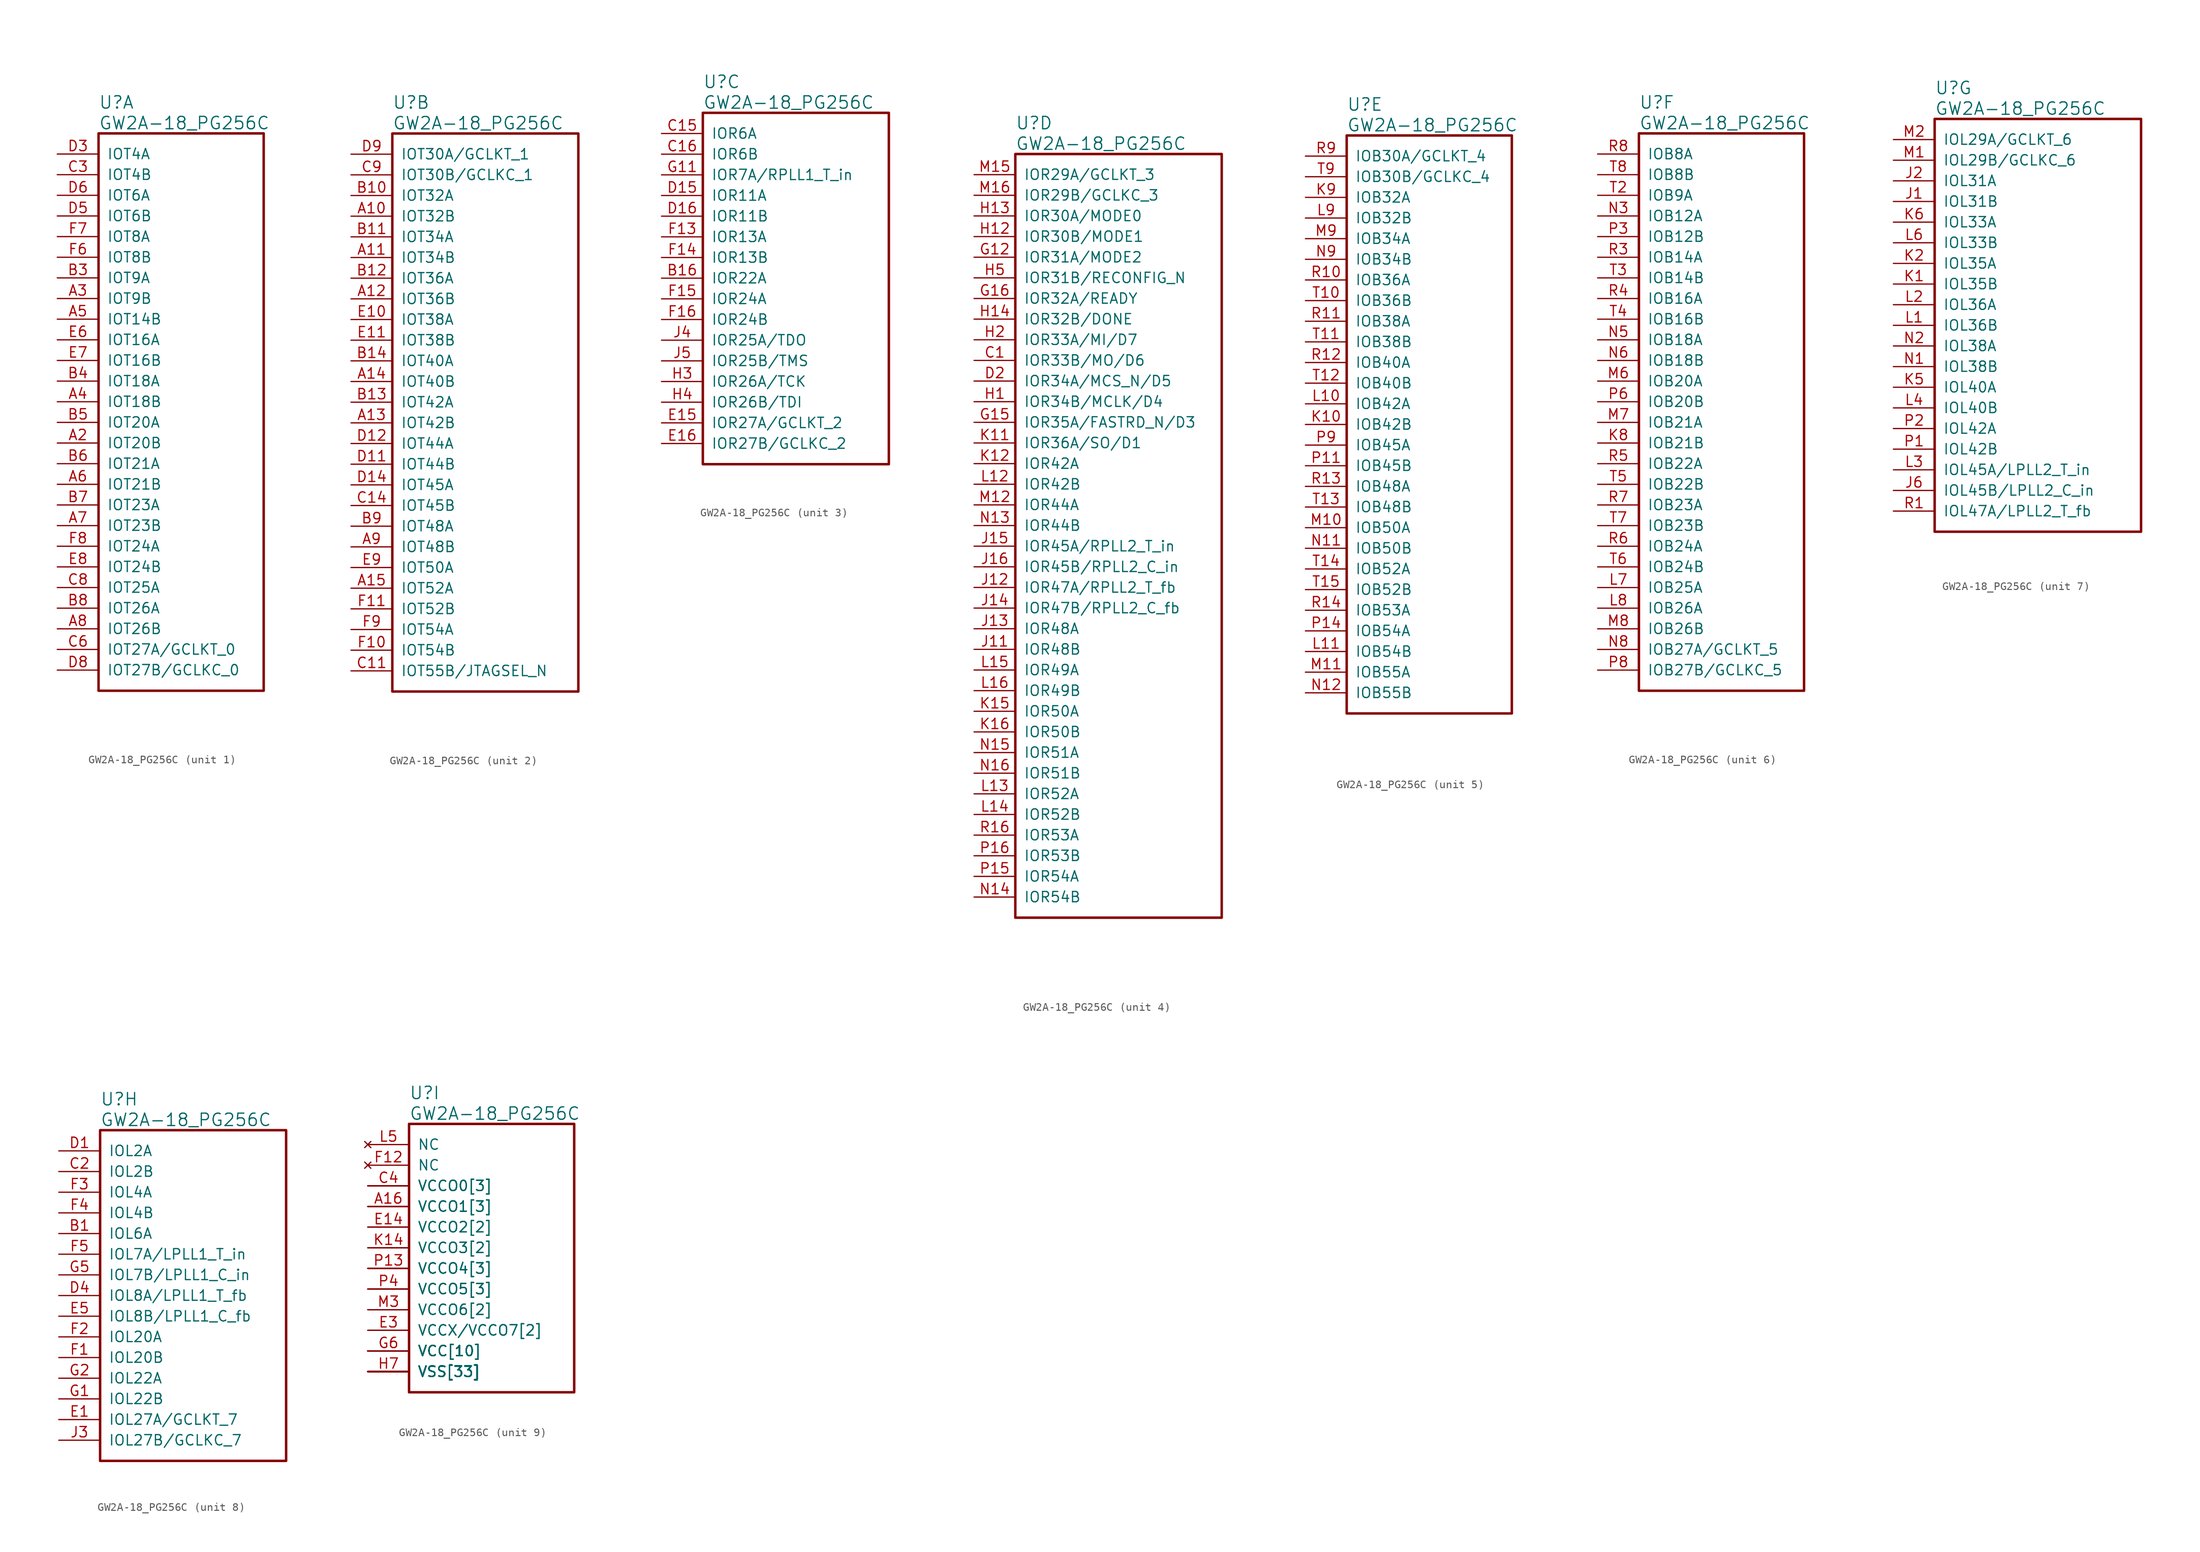
<source format=kicad_sym>
(kicad_symbol_lib
  (version 20220914)
  (generator kicad_symbol_editor)
  (symbol "GW2A-18_PG256C"
    (pin_names
      (offset 1.016))
    (property "Reference" "U"
      (at 5.08 6.35 0)
      (effects (font (size 1.524 1.524)) (justify left)))
    (property "Value" "GW2A-18_PG256C"
      (at 5.08 3.81 0)
      (effects (font (size 1.524 1.524)) (justify left)))
    (property "ki_locked" ""
      (at 0 0 0)
      (effects (font (size 1.27 1.27))))
    (symbol "GW2A-18_PG256C_1_1"
      (rectangle (start 5.08 2.54) (end 25.4 -66.04) (stroke (width 0.305) (type solid)) (fill (type none)))
      (pin bidirectional line (at 0 -35.56 0) (length 5.08) (name "IOT20B" (effects (font (size 1.27 1.27)))) (number "A2" (effects (font (size 1.27 1.27)))))
      (pin bidirectional line (at 0 -17.78 0) (length 5.08) (name "IOT9B" (effects (font (size 1.27 1.27)))) (number "A3" (effects (font (size 1.27 1.27)))))
      (pin bidirectional line (at 0 -30.48 0) (length 5.08) (name "IOT18B" (effects (font (size 1.27 1.27)))) (number "A4" (effects (font (size 1.27 1.27)))))
      (pin bidirectional line (at 0 -20.32 0) (length 5.08) (name "IOT14B" (effects (font (size 1.27 1.27)))) (number "A5" (effects (font (size 1.27 1.27)))))
      (pin bidirectional line (at 0 -40.64 0) (length 5.08) (name "IOT21B" (effects (font (size 1.27 1.27)))) (number "A6" (effects (font (size 1.27 1.27)))))
      (pin bidirectional line (at 0 -45.72 0) (length 5.08) (name "IOT23B" (effects (font (size 1.27 1.27)))) (number "A7" (effects (font (size 1.27 1.27)))))
      (pin bidirectional line (at 0 -58.42 0) (length 5.08) (name "IOT26B" (effects (font (size 1.27 1.27)))) (number "A8" (effects (font (size 1.27 1.27)))))
      (pin bidirectional line (at 0 -15.24 0) (length 5.08) (name "IOT9A" (effects (font (size 1.27 1.27)))) (number "B3" (effects (font (size 1.27 1.27)))))
      (pin bidirectional line (at 0 -27.94 0) (length 5.08) (name "IOT18A" (effects (font (size 1.27 1.27)))) (number "B4" (effects (font (size 1.27 1.27)))))
      (pin bidirectional line (at 0 -33.02 0) (length 5.08) (name "IOT20A" (effects (font (size 1.27 1.27)))) (number "B5" (effects (font (size 1.27 1.27)))))
      (pin bidirectional line (at 0 -38.1 0) (length 5.08) (name "IOT21A" (effects (font (size 1.27 1.27)))) (number "B6" (effects (font (size 1.27 1.27)))))
      (pin bidirectional line (at 0 -43.18 0) (length 5.08) (name "IOT23A" (effects (font (size 1.27 1.27)))) (number "B7" (effects (font (size 1.27 1.27)))))
      (pin bidirectional line (at 0 -55.88 0) (length 5.08) (name "IOT26A" (effects (font (size 1.27 1.27)))) (number "B8" (effects (font (size 1.27 1.27)))))
      (pin bidirectional line (at 0 -2.54 0) (length 5.08) (name "IOT4B" (effects (font (size 1.27 1.27)))) (number "C3" (effects (font (size 1.27 1.27)))))
      (pin bidirectional line (at 0 -60.96 0) (length 5.08) (name "IOT27A/GCLKT_0" (effects (font (size 1.27 1.27)))) (number "C6" (effects (font (size 1.27 1.27)))))
      (pin bidirectional line (at 0 -53.34 0) (length 5.08) (name "IOT25A" (effects (font (size 1.27 1.27)))) (number "C8" (effects (font (size 1.27 1.27)))))
      (pin bidirectional line (at 0 0 0) (length 5.08) (name "IOT4A" (effects (font (size 1.27 1.27)))) (number "D3" (effects (font (size 1.27 1.27)))))
      (pin bidirectional line (at 0 -7.62 0) (length 5.08) (name "IOT6B" (effects (font (size 1.27 1.27)))) (number "D5" (effects (font (size 1.27 1.27)))))
      (pin bidirectional line (at 0 -5.08 0) (length 5.08) (name "IOT6A" (effects (font (size 1.27 1.27)))) (number "D6" (effects (font (size 1.27 1.27)))))
      (pin bidirectional line (at 0 -63.5 0) (length 5.08) (name "IOT27B/GCLKC_0" (effects (font (size 1.27 1.27)))) (number "D8" (effects (font (size 1.27 1.27)))))
      (pin bidirectional line (at 0 -22.86 0) (length 5.08) (name "IOT16A" (effects (font (size 1.27 1.27)))) (number "E6" (effects (font (size 1.27 1.27)))))
      (pin bidirectional line (at 0 -25.4 0) (length 5.08) (name "IOT16B" (effects (font (size 1.27 1.27)))) (number "E7" (effects (font (size 1.27 1.27)))))
      (pin bidirectional line (at 0 -50.8 0) (length 5.08) (name "IOT24B" (effects (font (size 1.27 1.27)))) (number "E8" (effects (font (size 1.27 1.27)))))
      (pin bidirectional line (at 0 -12.7 0) (length 5.08) (name "IOT8B" (effects (font (size 1.27 1.27)))) (number "F6" (effects (font (size 1.27 1.27)))))
      (pin bidirectional line (at 0 -10.16 0) (length 5.08) (name "IOT8A" (effects (font (size 1.27 1.27)))) (number "F7" (effects (font (size 1.27 1.27)))))
      (pin bidirectional line (at 0 -48.26 0) (length 5.08) (name "IOT24A" (effects (font (size 1.27 1.27)))) (number "F8" (effects (font (size 1.27 1.27))))))
    (symbol "GW2A-18_PG256C_2_1"
      (rectangle (start 5.08 2.54) (end 27.94 -66.04) (stroke (width 0.305) (type solid)) (fill (type none)))
      (pin bidirectional line (at 0 -7.62 0) (length 5.08) (name "IOT32B" (effects (font (size 1.27 1.27)))) (number "A10" (effects (font (size 1.27 1.27)))))
      (pin bidirectional line (at 0 -12.7 0) (length 5.08) (name "IOT34B" (effects (font (size 1.27 1.27)))) (number "A11" (effects (font (size 1.27 1.27)))))
      (pin bidirectional line (at 0 -17.78 0) (length 5.08) (name "IOT36B" (effects (font (size 1.27 1.27)))) (number "A12" (effects (font (size 1.27 1.27)))))
      (pin bidirectional line (at 0 -33.02 0) (length 5.08) (name "IOT42B" (effects (font (size 1.27 1.27)))) (number "A13" (effects (font (size 1.27 1.27)))))
      (pin bidirectional line (at 0 -27.94 0) (length 5.08) (name "IOT40B" (effects (font (size 1.27 1.27)))) (number "A14" (effects (font (size 1.27 1.27)))))
      (pin bidirectional line (at 0 -53.34 0) (length 5.08) (name "IOT52A" (effects (font (size 1.27 1.27)))) (number "A15" (effects (font (size 1.27 1.27)))))
      (pin bidirectional line (at 0 -48.26 0) (length 5.08) (name "IOT48B" (effects (font (size 1.27 1.27)))) (number "A9" (effects (font (size 1.27 1.27)))))
      (pin bidirectional line (at 0 -5.08 0) (length 5.08) (name "IOT32A" (effects (font (size 1.27 1.27)))) (number "B10" (effects (font (size 1.27 1.27)))))
      (pin bidirectional line (at 0 -10.16 0) (length 5.08) (name "IOT34A" (effects (font (size 1.27 1.27)))) (number "B11" (effects (font (size 1.27 1.27)))))
      (pin bidirectional line (at 0 -15.24 0) (length 5.08) (name "IOT36A" (effects (font (size 1.27 1.27)))) (number "B12" (effects (font (size 1.27 1.27)))))
      (pin bidirectional line (at 0 -30.48 0) (length 5.08) (name "IOT42A" (effects (font (size 1.27 1.27)))) (number "B13" (effects (font (size 1.27 1.27)))))
      (pin bidirectional line (at 0 -25.4 0) (length 5.08) (name "IOT40A" (effects (font (size 1.27 1.27)))) (number "B14" (effects (font (size 1.27 1.27)))))
      (pin bidirectional line (at 0 -45.72 0) (length 5.08) (name "IOT48A" (effects (font (size 1.27 1.27)))) (number "B9" (effects (font (size 1.27 1.27)))))
      (pin bidirectional line (at 0 -63.5 0) (length 5.08) (name "IOT55B/JTAGSEL_N" (effects (font (size 1.27 1.27)))) (number "C11" (effects (font (size 1.27 1.27)))))
      (pin bidirectional line (at 0 -43.18 0) (length 5.08) (name "IOT45B" (effects (font (size 1.27 1.27)))) (number "C14" (effects (font (size 1.27 1.27)))))
      (pin bidirectional line (at 0 -2.54 0) (length 5.08) (name "IOT30B/GCLKC_1" (effects (font (size 1.27 1.27)))) (number "C9" (effects (font (size 1.27 1.27)))))
      (pin bidirectional line (at 0 -38.1 0) (length 5.08) (name "IOT44B" (effects (font (size 1.27 1.27)))) (number "D11" (effects (font (size 1.27 1.27)))))
      (pin bidirectional line (at 0 -35.56 0) (length 5.08) (name "IOT44A" (effects (font (size 1.27 1.27)))) (number "D12" (effects (font (size 1.27 1.27)))))
      (pin bidirectional line (at 0 -40.64 0) (length 5.08) (name "IOT45A" (effects (font (size 1.27 1.27)))) (number "D14" (effects (font (size 1.27 1.27)))))
      (pin bidirectional line (at 0 0 0) (length 5.08) (name "IOT30A/GCLKT_1" (effects (font (size 1.27 1.27)))) (number "D9" (effects (font (size 1.27 1.27)))))
      (pin bidirectional line (at 0 -20.32 0) (length 5.08) (name "IOT38A" (effects (font (size 1.27 1.27)))) (number "E10" (effects (font (size 1.27 1.27)))))
      (pin bidirectional line (at 0 -22.86 0) (length 5.08) (name "IOT38B" (effects (font (size 1.27 1.27)))) (number "E11" (effects (font (size 1.27 1.27)))))
      (pin bidirectional line (at 0 -50.8 0) (length 5.08) (name "IOT50A" (effects (font (size 1.27 1.27)))) (number "E9" (effects (font (size 1.27 1.27)))))
      (pin bidirectional line (at 0 -60.96 0) (length 5.08) (name "IOT54B" (effects (font (size 1.27 1.27)))) (number "F10" (effects (font (size 1.27 1.27)))))
      (pin bidirectional line (at 0 -55.88 0) (length 5.08) (name "IOT52B" (effects (font (size 1.27 1.27)))) (number "F11" (effects (font (size 1.27 1.27)))))
      (pin bidirectional line (at 0 -58.42 0) (length 5.08) (name "IOT54A" (effects (font (size 1.27 1.27)))) (number "F9" (effects (font (size 1.27 1.27))))))
    (symbol "GW2A-18_PG256C_3_1"
      (rectangle (start 5.08 2.54) (end 27.94 -40.64) (stroke (width 0.305) (type solid)) (fill (type none)))
      (pin bidirectional line (at 0 -17.78 0) (length 5.08) (name "IOR22A" (effects (font (size 1.27 1.27)))) (number "B16" (effects (font (size 1.27 1.27)))))
      (pin bidirectional line (at 0 0 0) (length 5.08) (name "IOR6A" (effects (font (size 1.27 1.27)))) (number "C15" (effects (font (size 1.27 1.27)))))
      (pin bidirectional line (at 0 -2.54 0) (length 5.08) (name "IOR6B" (effects (font (size 1.27 1.27)))) (number "C16" (effects (font (size 1.27 1.27)))))
      (pin bidirectional line (at 0 -7.62 0) (length 5.08) (name "IOR11A" (effects (font (size 1.27 1.27)))) (number "D15" (effects (font (size 1.27 1.27)))))
      (pin bidirectional line (at 0 -10.16 0) (length 5.08) (name "IOR11B" (effects (font (size 1.27 1.27)))) (number "D16" (effects (font (size 1.27 1.27)))))
      (pin bidirectional line (at 0 -35.56 0) (length 5.08) (name "IOR27A/GCLKT_2" (effects (font (size 1.27 1.27)))) (number "E15" (effects (font (size 1.27 1.27)))))
      (pin bidirectional line (at 0 -38.1 0) (length 5.08) (name "IOR27B/GCLKC_2" (effects (font (size 1.27 1.27)))) (number "E16" (effects (font (size 1.27 1.27)))))
      (pin bidirectional line (at 0 -12.7 0) (length 5.08) (name "IOR13A" (effects (font (size 1.27 1.27)))) (number "F13" (effects (font (size 1.27 1.27)))))
      (pin bidirectional line (at 0 -15.24 0) (length 5.08) (name "IOR13B" (effects (font (size 1.27 1.27)))) (number "F14" (effects (font (size 1.27 1.27)))))
      (pin bidirectional line (at 0 -20.32 0) (length 5.08) (name "IOR24A" (effects (font (size 1.27 1.27)))) (number "F15" (effects (font (size 1.27 1.27)))))
      (pin bidirectional line (at 0 -22.86 0) (length 5.08) (name "IOR24B" (effects (font (size 1.27 1.27)))) (number "F16" (effects (font (size 1.27 1.27)))))
      (pin bidirectional line (at 0 -5.08 0) (length 5.08) (name "IOR7A/RPLL1_T_in" (effects (font (size 1.27 1.27)))) (number "G11" (effects (font (size 1.27 1.27)))))
      (pin bidirectional line (at 0 -30.48 0) (length 5.08) (name "IOR26A/TCK" (effects (font (size 1.27 1.27)))) (number "H3" (effects (font (size 1.27 1.27)))))
      (pin bidirectional line (at 0 -33.02 0) (length 5.08) (name "IOR26B/TDI" (effects (font (size 1.27 1.27)))) (number "H4" (effects (font (size 1.27 1.27)))))
      (pin bidirectional line (at 0 -25.4 0) (length 5.08) (name "IOR25A/TDO" (effects (font (size 1.27 1.27)))) (number "J4" (effects (font (size 1.27 1.27)))))
      (pin bidirectional line (at 0 -27.94 0) (length 5.08) (name "IOR25B/TMS" (effects (font (size 1.27 1.27)))) (number "J5" (effects (font (size 1.27 1.27))))))
    (symbol "GW2A-18_PG256C_4_1"
      (rectangle (start 5.08 2.54) (end 30.48 -91.44) (stroke (width 0.305) (type solid)) (fill (type none)))
      (pin bidirectional line (at 0 -22.86 0) (length 5.08) (name "IOR33B/MO/D6" (effects (font (size 1.27 1.27)))) (number "C1" (effects (font (size 1.27 1.27)))))
      (pin bidirectional line (at 0 -25.4 0) (length 5.08) (name "IOR34A/MCS_N/D5" (effects (font (size 1.27 1.27)))) (number "D2" (effects (font (size 1.27 1.27)))))
      (pin bidirectional line (at 0 -10.16 0) (length 5.08) (name "IOR31A/MODE2" (effects (font (size 1.27 1.27)))) (number "G12" (effects (font (size 1.27 1.27)))))
      (pin bidirectional line (at 0 -30.48 0) (length 5.08) (name "IOR35A/FASTRD_N/D3" (effects (font (size 1.27 1.27)))) (number "G15" (effects (font (size 1.27 1.27)))))
      (pin bidirectional line (at 0 -15.24 0) (length 5.08) (name "IOR32A/READY" (effects (font (size 1.27 1.27)))) (number "G16" (effects (font (size 1.27 1.27)))))
      (pin bidirectional line (at 0 -27.94 0) (length 5.08) (name "IOR34B/MCLK/D4" (effects (font (size 1.27 1.27)))) (number "H1" (effects (font (size 1.27 1.27)))))
      (pin bidirectional line (at 0 -7.62 0) (length 5.08) (name "IOR30B/MODE1" (effects (font (size 1.27 1.27)))) (number "H12" (effects (font (size 1.27 1.27)))))
      (pin bidirectional line (at 0 -5.08 0) (length 5.08) (name "IOR30A/MODE0" (effects (font (size 1.27 1.27)))) (number "H13" (effects (font (size 1.27 1.27)))))
      (pin bidirectional line (at 0 -17.78 0) (length 5.08) (name "IOR32B/DONE" (effects (font (size 1.27 1.27)))) (number "H14" (effects (font (size 1.27 1.27)))))
      (pin bidirectional line (at 0 -20.32 0) (length 5.08) (name "IOR33A/MI/D7" (effects (font (size 1.27 1.27)))) (number "H2" (effects (font (size 1.27 1.27)))))
      (pin bidirectional line (at 0 -12.7 0) (length 5.08) (name "IOR31B/RECONFIG_N" (effects (font (size 1.27 1.27)))) (number "H5" (effects (font (size 1.27 1.27)))))
      (pin bidirectional line (at 0 -58.42 0) (length 5.08) (name "IOR48B" (effects (font (size 1.27 1.27)))) (number "J11" (effects (font (size 1.27 1.27)))))
      (pin bidirectional line (at 0 -50.8 0) (length 5.08) (name "IOR47A/RPLL2_T_fb" (effects (font (size 1.27 1.27)))) (number "J12" (effects (font (size 1.27 1.27)))))
      (pin bidirectional line (at 0 -55.88 0) (length 5.08) (name "IOR48A" (effects (font (size 1.27 1.27)))) (number "J13" (effects (font (size 1.27 1.27)))))
      (pin bidirectional line (at 0 -53.34 0) (length 5.08) (name "IOR47B/RPLL2_C_fb" (effects (font (size 1.27 1.27)))) (number "J14" (effects (font (size 1.27 1.27)))))
      (pin bidirectional line (at 0 -45.72 0) (length 5.08) (name "IOR45A/RPLL2_T_in" (effects (font (size 1.27 1.27)))) (number "J15" (effects (font (size 1.27 1.27)))))
      (pin bidirectional line (at 0 -48.26 0) (length 5.08) (name "IOR45B/RPLL2_C_in" (effects (font (size 1.27 1.27)))) (number "J16" (effects (font (size 1.27 1.27)))))
      (pin bidirectional line (at 0 -33.02 0) (length 5.08) (name "IOR36A/SO/D1" (effects (font (size 1.27 1.27)))) (number "K11" (effects (font (size 1.27 1.27)))))
      (pin bidirectional line (at 0 -35.56 0) (length 5.08) (name "IOR42A" (effects (font (size 1.27 1.27)))) (number "K12" (effects (font (size 1.27 1.27)))))
      (pin bidirectional line (at 0 -66.04 0) (length 5.08) (name "IOR50A" (effects (font (size 1.27 1.27)))) (number "K15" (effects (font (size 1.27 1.27)))))
      (pin bidirectional line (at 0 -68.58 0) (length 5.08) (name "IOR50B" (effects (font (size 1.27 1.27)))) (number "K16" (effects (font (size 1.27 1.27)))))
      (pin bidirectional line (at 0 -38.1 0) (length 5.08) (name "IOR42B" (effects (font (size 1.27 1.27)))) (number "L12" (effects (font (size 1.27 1.27)))))
      (pin bidirectional line (at 0 -76.2 0) (length 5.08) (name "IOR52A" (effects (font (size 1.27 1.27)))) (number "L13" (effects (font (size 1.27 1.27)))))
      (pin bidirectional line (at 0 -78.74 0) (length 5.08) (name "IOR52B" (effects (font (size 1.27 1.27)))) (number "L14" (effects (font (size 1.27 1.27)))))
      (pin bidirectional line (at 0 -60.96 0) (length 5.08) (name "IOR49A" (effects (font (size 1.27 1.27)))) (number "L15" (effects (font (size 1.27 1.27)))))
      (pin bidirectional line (at 0 -63.5 0) (length 5.08) (name "IOR49B" (effects (font (size 1.27 1.27)))) (number "L16" (effects (font (size 1.27 1.27)))))
      (pin bidirectional line (at 0 -40.64 0) (length 5.08) (name "IOR44A" (effects (font (size 1.27 1.27)))) (number "M12" (effects (font (size 1.27 1.27)))))
      (pin bidirectional line (at 0 0 0) (length 5.08) (name "IOR29A/GCLKT_3" (effects (font (size 1.27 1.27)))) (number "M15" (effects (font (size 1.27 1.27)))))
      (pin bidirectional line (at 0 -2.54 0) (length 5.08) (name "IOR29B/GCLKC_3" (effects (font (size 1.27 1.27)))) (number "M16" (effects (font (size 1.27 1.27)))))
      (pin bidirectional line (at 0 -43.18 0) (length 5.08) (name "IOR44B" (effects (font (size 1.27 1.27)))) (number "N13" (effects (font (size 1.27 1.27)))))
      (pin bidirectional line (at 0 -88.9 0) (length 5.08) (name "IOR54B" (effects (font (size 1.27 1.27)))) (number "N14" (effects (font (size 1.27 1.27)))))
      (pin bidirectional line (at 0 -71.12 0) (length 5.08) (name "IOR51A" (effects (font (size 1.27 1.27)))) (number "N15" (effects (font (size 1.27 1.27)))))
      (pin bidirectional line (at 0 -73.66 0) (length 5.08) (name "IOR51B" (effects (font (size 1.27 1.27)))) (number "N16" (effects (font (size 1.27 1.27)))))
      (pin bidirectional line (at 0 -86.36 0) (length 5.08) (name "IOR54A" (effects (font (size 1.27 1.27)))) (number "P15" (effects (font (size 1.27 1.27)))))
      (pin bidirectional line (at 0 -83.82 0) (length 5.08) (name "IOR53B" (effects (font (size 1.27 1.27)))) (number "P16" (effects (font (size 1.27 1.27)))))
      (pin bidirectional line (at 0 -81.28 0) (length 5.08) (name "IOR53A" (effects (font (size 1.27 1.27)))) (number "R16" (effects (font (size 1.27 1.27))))))
    (symbol "GW2A-18_PG256C_5_1"
      (rectangle (start 5.08 2.54) (end 25.4 -68.58) (stroke (width 0.305) (type solid)) (fill (type none)))
      (pin bidirectional line (at 0 -33.02 0) (length 5.08) (name "IOB42B" (effects (font (size 1.27 1.27)))) (number "K10" (effects (font (size 1.27 1.27)))))
      (pin bidirectional line (at 0 -5.08 0) (length 5.08) (name "IOB32A" (effects (font (size 1.27 1.27)))) (number "K9" (effects (font (size 1.27 1.27)))))
      (pin bidirectional line (at 0 -30.48 0) (length 5.08) (name "IOB42A" (effects (font (size 1.27 1.27)))) (number "L10" (effects (font (size 1.27 1.27)))))
      (pin bidirectional line (at 0 -60.96 0) (length 5.08) (name "IOB54B" (effects (font (size 1.27 1.27)))) (number "L11" (effects (font (size 1.27 1.27)))))
      (pin bidirectional line (at 0 -7.62 0) (length 5.08) (name "IOB32B" (effects (font (size 1.27 1.27)))) (number "L9" (effects (font (size 1.27 1.27)))))
      (pin bidirectional line (at 0 -45.72 0) (length 5.08) (name "IOB50A" (effects (font (size 1.27 1.27)))) (number "M10" (effects (font (size 1.27 1.27)))))
      (pin bidirectional line (at 0 -63.5 0) (length 5.08) (name "IOB55A" (effects (font (size 1.27 1.27)))) (number "M11" (effects (font (size 1.27 1.27)))))
      (pin bidirectional line (at 0 -10.16 0) (length 5.08) (name "IOB34A" (effects (font (size 1.27 1.27)))) (number "M9" (effects (font (size 1.27 1.27)))))
      (pin bidirectional line (at 0 -48.26 0) (length 5.08) (name "IOB50B" (effects (font (size 1.27 1.27)))) (number "N11" (effects (font (size 1.27 1.27)))))
      (pin bidirectional line (at 0 -66.04 0) (length 5.08) (name "IOB55B" (effects (font (size 1.27 1.27)))) (number "N12" (effects (font (size 1.27 1.27)))))
      (pin bidirectional line (at 0 -12.7 0) (length 5.08) (name "IOB34B" (effects (font (size 1.27 1.27)))) (number "N9" (effects (font (size 1.27 1.27)))))
      (pin bidirectional line (at 0 -38.1 0) (length 5.08) (name "IOB45B" (effects (font (size 1.27 1.27)))) (number "P11" (effects (font (size 1.27 1.27)))))
      (pin bidirectional line (at 0 -58.42 0) (length 5.08) (name "IOB54A" (effects (font (size 1.27 1.27)))) (number "P14" (effects (font (size 1.27 1.27)))))
      (pin bidirectional line (at 0 -35.56 0) (length 5.08) (name "IOB45A" (effects (font (size 1.27 1.27)))) (number "P9" (effects (font (size 1.27 1.27)))))
      (pin bidirectional line (at 0 -15.24 0) (length 5.08) (name "IOB36A" (effects (font (size 1.27 1.27)))) (number "R10" (effects (font (size 1.27 1.27)))))
      (pin bidirectional line (at 0 -20.32 0) (length 5.08) (name "IOB38A" (effects (font (size 1.27 1.27)))) (number "R11" (effects (font (size 1.27 1.27)))))
      (pin bidirectional line (at 0 -25.4 0) (length 5.08) (name "IOB40A" (effects (font (size 1.27 1.27)))) (number "R12" (effects (font (size 1.27 1.27)))))
      (pin bidirectional line (at 0 -40.64 0) (length 5.08) (name "IOB48A" (effects (font (size 1.27 1.27)))) (number "R13" (effects (font (size 1.27 1.27)))))
      (pin bidirectional line (at 0 -55.88 0) (length 5.08) (name "IOB53A" (effects (font (size 1.27 1.27)))) (number "R14" (effects (font (size 1.27 1.27)))))
      (pin bidirectional line (at 0 0 0) (length 5.08) (name "IOB30A/GCLKT_4" (effects (font (size 1.27 1.27)))) (number "R9" (effects (font (size 1.27 1.27)))))
      (pin bidirectional line (at 0 -17.78 0) (length 5.08) (name "IOB36B" (effects (font (size 1.27 1.27)))) (number "T10" (effects (font (size 1.27 1.27)))))
      (pin bidirectional line (at 0 -22.86 0) (length 5.08) (name "IOB38B" (effects (font (size 1.27 1.27)))) (number "T11" (effects (font (size 1.27 1.27)))))
      (pin bidirectional line (at 0 -27.94 0) (length 5.08) (name "IOB40B" (effects (font (size 1.27 1.27)))) (number "T12" (effects (font (size 1.27 1.27)))))
      (pin bidirectional line (at 0 -43.18 0) (length 5.08) (name "IOB48B" (effects (font (size 1.27 1.27)))) (number "T13" (effects (font (size 1.27 1.27)))))
      (pin bidirectional line (at 0 -50.8 0) (length 5.08) (name "IOB52A" (effects (font (size 1.27 1.27)))) (number "T14" (effects (font (size 1.27 1.27)))))
      (pin bidirectional line (at 0 -53.34 0) (length 5.08) (name "IOB52B" (effects (font (size 1.27 1.27)))) (number "T15" (effects (font (size 1.27 1.27)))))
      (pin bidirectional line (at 0 -2.54 0) (length 5.08) (name "IOB30B/GCLKC_4" (effects (font (size 1.27 1.27)))) (number "T9" (effects (font (size 1.27 1.27))))))
    (symbol "GW2A-18_PG256C_6_1"
      (rectangle (start 5.08 2.54) (end 25.4 -66.04) (stroke (width 0.305) (type solid)) (fill (type none)))
      (pin bidirectional line (at 0 -35.56 0) (length 5.08) (name "IOB21B" (effects (font (size 1.27 1.27)))) (number "K8" (effects (font (size 1.27 1.27)))))
      (pin bidirectional line (at 0 -53.34 0) (length 5.08) (name "IOB25A" (effects (font (size 1.27 1.27)))) (number "L7" (effects (font (size 1.27 1.27)))))
      (pin bidirectional line (at 0 -55.88 0) (length 5.08) (name "IOB26A" (effects (font (size 1.27 1.27)))) (number "L8" (effects (font (size 1.27 1.27)))))
      (pin bidirectional line (at 0 -27.94 0) (length 5.08) (name "IOB20A" (effects (font (size 1.27 1.27)))) (number "M6" (effects (font (size 1.27 1.27)))))
      (pin bidirectional line (at 0 -33.02 0) (length 5.08) (name "IOB21A" (effects (font (size 1.27 1.27)))) (number "M7" (effects (font (size 1.27 1.27)))))
      (pin bidirectional line (at 0 -58.42 0) (length 5.08) (name "IOB26B" (effects (font (size 1.27 1.27)))) (number "M8" (effects (font (size 1.27 1.27)))))
      (pin bidirectional line (at 0 -7.62 0) (length 5.08) (name "IOB12A" (effects (font (size 1.27 1.27)))) (number "N3" (effects (font (size 1.27 1.27)))))
      (pin bidirectional line (at 0 -22.86 0) (length 5.08) (name "IOB18A" (effects (font (size 1.27 1.27)))) (number "N5" (effects (font (size 1.27 1.27)))))
      (pin bidirectional line (at 0 -25.4 0) (length 5.08) (name "IOB18B" (effects (font (size 1.27 1.27)))) (number "N6" (effects (font (size 1.27 1.27)))))
      (pin bidirectional line (at 0 -60.96 0) (length 5.08) (name "IOB27A/GCLKT_5" (effects (font (size 1.27 1.27)))) (number "N8" (effects (font (size 1.27 1.27)))))
      (pin bidirectional line (at 0 -10.16 0) (length 5.08) (name "IOB12B" (effects (font (size 1.27 1.27)))) (number "P3" (effects (font (size 1.27 1.27)))))
      (pin bidirectional line (at 0 -30.48 0) (length 5.08) (name "IOB20B" (effects (font (size 1.27 1.27)))) (number "P6" (effects (font (size 1.27 1.27)))))
      (pin bidirectional line (at 0 -63.5 0) (length 5.08) (name "IOB27B/GCLKC_5" (effects (font (size 1.27 1.27)))) (number "P8" (effects (font (size 1.27 1.27)))))
      (pin bidirectional line (at 0 -12.7 0) (length 5.08) (name "IOB14A" (effects (font (size 1.27 1.27)))) (number "R3" (effects (font (size 1.27 1.27)))))
      (pin bidirectional line (at 0 -17.78 0) (length 5.08) (name "IOB16A" (effects (font (size 1.27 1.27)))) (number "R4" (effects (font (size 1.27 1.27)))))
      (pin bidirectional line (at 0 -38.1 0) (length 5.08) (name "IOB22A" (effects (font (size 1.27 1.27)))) (number "R5" (effects (font (size 1.27 1.27)))))
      (pin bidirectional line (at 0 -48.26 0) (length 5.08) (name "IOB24A" (effects (font (size 1.27 1.27)))) (number "R6" (effects (font (size 1.27 1.27)))))
      (pin bidirectional line (at 0 -43.18 0) (length 5.08) (name "IOB23A" (effects (font (size 1.27 1.27)))) (number "R7" (effects (font (size 1.27 1.27)))))
      (pin bidirectional line (at 0 0 0) (length 5.08) (name "IOB8A" (effects (font (size 1.27 1.27)))) (number "R8" (effects (font (size 1.27 1.27)))))
      (pin bidirectional line (at 0 -5.08 0) (length 5.08) (name "IOB9A" (effects (font (size 1.27 1.27)))) (number "T2" (effects (font (size 1.27 1.27)))))
      (pin bidirectional line (at 0 -15.24 0) (length 5.08) (name "IOB14B" (effects (font (size 1.27 1.27)))) (number "T3" (effects (font (size 1.27 1.27)))))
      (pin bidirectional line (at 0 -20.32 0) (length 5.08) (name "IOB16B" (effects (font (size 1.27 1.27)))) (number "T4" (effects (font (size 1.27 1.27)))))
      (pin bidirectional line (at 0 -40.64 0) (length 5.08) (name "IOB22B" (effects (font (size 1.27 1.27)))) (number "T5" (effects (font (size 1.27 1.27)))))
      (pin bidirectional line (at 0 -50.8 0) (length 5.08) (name "IOB24B" (effects (font (size 1.27 1.27)))) (number "T6" (effects (font (size 1.27 1.27)))))
      (pin bidirectional line (at 0 -45.72 0) (length 5.08) (name "IOB23B" (effects (font (size 1.27 1.27)))) (number "T7" (effects (font (size 1.27 1.27)))))
      (pin bidirectional line (at 0 -2.54 0) (length 5.08) (name "IOB8B" (effects (font (size 1.27 1.27)))) (number "T8" (effects (font (size 1.27 1.27))))))
    (symbol "GW2A-18_PG256C_7_1"
      (rectangle (start 5.08 2.54) (end 30.48 -48.26) (stroke (width 0.305) (type solid)) (fill (type none)))
      (pin bidirectional line (at 0 -7.62 0) (length 5.08) (name "IOL31B" (effects (font (size 1.27 1.27)))) (number "J1" (effects (font (size 1.27 1.27)))))
      (pin bidirectional line (at 0 -5.08 0) (length 5.08) (name "IOL31A" (effects (font (size 1.27 1.27)))) (number "J2" (effects (font (size 1.27 1.27)))))
      (pin bidirectional line (at 0 -43.18 0) (length 5.08) (name "IOL45B/LPLL2_C_in" (effects (font (size 1.27 1.27)))) (number "J6" (effects (font (size 1.27 1.27)))))
      (pin bidirectional line (at 0 -17.78 0) (length 5.08) (name "IOL35B" (effects (font (size 1.27 1.27)))) (number "K1" (effects (font (size 1.27 1.27)))))
      (pin bidirectional line (at 0 -15.24 0) (length 5.08) (name "IOL35A" (effects (font (size 1.27 1.27)))) (number "K2" (effects (font (size 1.27 1.27)))))
      (pin bidirectional line (at 0 -30.48 0) (length 5.08) (name "IOL40A" (effects (font (size 1.27 1.27)))) (number "K5" (effects (font (size 1.27 1.27)))))
      (pin bidirectional line (at 0 -10.16 0) (length 5.08) (name "IOL33A" (effects (font (size 1.27 1.27)))) (number "K6" (effects (font (size 1.27 1.27)))))
      (pin bidirectional line (at 0 -22.86 0) (length 5.08) (name "IOL36B" (effects (font (size 1.27 1.27)))) (number "L1" (effects (font (size 1.27 1.27)))))
      (pin bidirectional line (at 0 -20.32 0) (length 5.08) (name "IOL36A" (effects (font (size 1.27 1.27)))) (number "L2" (effects (font (size 1.27 1.27)))))
      (pin bidirectional line (at 0 -40.64 0) (length 5.08) (name "IOL45A/LPLL2_T_in" (effects (font (size 1.27 1.27)))) (number "L3" (effects (font (size 1.27 1.27)))))
      (pin bidirectional line (at 0 -33.02 0) (length 5.08) (name "IOL40B" (effects (font (size 1.27 1.27)))) (number "L4" (effects (font (size 1.27 1.27)))))
      (pin bidirectional line (at 0 -12.7 0) (length 5.08) (name "IOL33B" (effects (font (size 1.27 1.27)))) (number "L6" (effects (font (size 1.27 1.27)))))
      (pin bidirectional line (at 0 -2.54 0) (length 5.08) (name "IOL29B/GCLKC_6" (effects (font (size 1.27 1.27)))) (number "M1" (effects (font (size 1.27 1.27)))))
      (pin bidirectional line (at 0 0 0) (length 5.08) (name "IOL29A/GCLKT_6" (effects (font (size 1.27 1.27)))) (number "M2" (effects (font (size 1.27 1.27)))))
      (pin bidirectional line (at 0 -27.94 0) (length 5.08) (name "IOL38B" (effects (font (size 1.27 1.27)))) (number "N1" (effects (font (size 1.27 1.27)))))
      (pin bidirectional line (at 0 -25.4 0) (length 5.08) (name "IOL38A" (effects (font (size 1.27 1.27)))) (number "N2" (effects (font (size 1.27 1.27)))))
      (pin bidirectional line (at 0 -38.1 0) (length 5.08) (name "IOL42B" (effects (font (size 1.27 1.27)))) (number "P1" (effects (font (size 1.27 1.27)))))
      (pin bidirectional line (at 0 -35.56 0) (length 5.08) (name "IOL42A" (effects (font (size 1.27 1.27)))) (number "P2" (effects (font (size 1.27 1.27)))))
      (pin bidirectional line (at 0 -45.72 0) (length 5.08) (name "IOL47A/LPLL2_T_fb" (effects (font (size 1.27 1.27)))) (number "R1" (effects (font (size 1.27 1.27))))))
    (symbol "GW2A-18_PG256C_8_1"
      (rectangle (start 5.08 2.54) (end 27.94 -38.1) (stroke (width 0.305) (type solid)) (fill (type none)))
      (pin bidirectional line (at 0 -10.16 0) (length 5.08) (name "IOL6A" (effects (font (size 1.27 1.27)))) (number "B1" (effects (font (size 1.27 1.27)))))
      (pin bidirectional line (at 0 -2.54 0) (length 5.08) (name "IOL2B" (effects (font (size 1.27 1.27)))) (number "C2" (effects (font (size 1.27 1.27)))))
      (pin bidirectional line (at 0 0 0) (length 5.08) (name "IOL2A" (effects (font (size 1.27 1.27)))) (number "D1" (effects (font (size 1.27 1.27)))))
      (pin bidirectional line (at 0 -17.78 0) (length 5.08) (name "IOL8A/LPLL1_T_fb" (effects (font (size 1.27 1.27)))) (number "D4" (effects (font (size 1.27 1.27)))))
      (pin bidirectional line (at 0 -33.02 0) (length 5.08) (name "IOL27A/GCLKT_7" (effects (font (size 1.27 1.27)))) (number "E1" (effects (font (size 1.27 1.27)))))
      (pin bidirectional line (at 0 -20.32 0) (length 5.08) (name "IOL8B/LPLL1_C_fb" (effects (font (size 1.27 1.27)))) (number "E5" (effects (font (size 1.27 1.27)))))
      (pin bidirectional line (at 0 -25.4 0) (length 5.08) (name "IOL20B" (effects (font (size 1.27 1.27)))) (number "F1" (effects (font (size 1.27 1.27)))))
      (pin bidirectional line (at 0 -22.86 0) (length 5.08) (name "IOL20A" (effects (font (size 1.27 1.27)))) (number "F2" (effects (font (size 1.27 1.27)))))
      (pin bidirectional line (at 0 -5.08 0) (length 5.08) (name "IOL4A" (effects (font (size 1.27 1.27)))) (number "F3" (effects (font (size 1.27 1.27)))))
      (pin bidirectional line (at 0 -7.62 0) (length 5.08) (name "IOL4B" (effects (font (size 1.27 1.27)))) (number "F4" (effects (font (size 1.27 1.27)))))
      (pin bidirectional line (at 0 -12.7 0) (length 5.08) (name "IOL7A/LPLL1_T_in" (effects (font (size 1.27 1.27)))) (number "F5" (effects (font (size 1.27 1.27)))))
      (pin bidirectional line (at 0 -30.48 0) (length 5.08) (name "IOL22B" (effects (font (size 1.27 1.27)))) (number "G1" (effects (font (size 1.27 1.27)))))
      (pin bidirectional line (at 0 -27.94 0) (length 5.08) (name "IOL22A" (effects (font (size 1.27 1.27)))) (number "G2" (effects (font (size 1.27 1.27)))))
      (pin bidirectional line (at 0 -15.24 0) (length 5.08) (name "IOL7B/LPLL1_C_in" (effects (font (size 1.27 1.27)))) (number "G5" (effects (font (size 1.27 1.27)))))
      (pin bidirectional line (at 0 -35.56 0) (length 5.08) (name "IOL27B/GCLKC_7" (effects (font (size 1.27 1.27)))) (number "J3" (effects (font (size 1.27 1.27))))))
    (symbol "GW2A-18_PG256C_9_1"
      (rectangle (start 5.08 2.54) (end 25.4 -30.48) (stroke (width 0.305) (type solid)) (fill (type none)))
      (pin power_in line (at 0 -5.08 0) (length 5.08) (name "VCCO0[3]" (effects (font (size 1.27 1.27)))) (number "A1" (effects (font (size 0 0)))))
      (pin power_in line (at 0 -7.62 0) (length 5.08) (name "VCCO1[3]" (effects (font (size 1.27 1.27)))) (number "A16" (effects (font (size 1.27 1.27)))))
      (pin power_in line (at 0 -27.94 0) (length 5.08) (name "VSS[33]" (effects (font (size 1.27 1.27)))) (number "B15" (effects (font (size 0 0)))))
      (pin power_in line (at 0 -27.94 0) (length 5.08) (name "VSS[33]" (effects (font (size 1.27 1.27)))) (number "B2" (effects (font (size 0 0)))))
      (pin power_in line (at 0 -7.62 0) (length 5.08) (name "VCCO1[3]" (effects (font (size 1.27 1.27)))) (number "C10" (effects (font (size 0 0)))))
      (pin power_in line (at 0 -27.94 0) (length 5.08) (name "VSS[33]" (effects (font (size 1.27 1.27)))) (number "C12" (effects (font (size 0 0)))))
      (pin power_in line (at 0 -7.62 0) (length 5.08) (name "VCCO1[3]" (effects (font (size 1.27 1.27)))) (number "C13" (effects (font (size 0 0)))))
      (pin power_in line (at 0 -5.08 0) (length 5.08) (name "VCCO0[3]" (effects (font (size 1.27 1.27)))) (number "C4" (effects (font (size 1.27 1.27)))))
      (pin power_in line (at 0 -27.94 0) (length 5.08) (name "VSS[33]" (effects (font (size 1.27 1.27)))) (number "C5" (effects (font (size 0 0)))))
      (pin power_in line (at 0 -5.08 0) (length 5.08) (name "VCCO0[3]" (effects (font (size 1.27 1.27)))) (number "C7" (effects (font (size 0 0)))))
      (pin power_in line (at 0 -27.94 0) (length 5.08) (name "VSS[33]" (effects (font (size 1.27 1.27)))) (number "D10" (effects (font (size 0 0)))))
      (pin power_in line (at 0 -25.4 0) (length 5.08) (name "VCC[10]" (effects (font (size 1.27 1.27)))) (number "D13" (effects (font (size 0 0)))))
      (pin power_in line (at 0 -27.94 0) (length 5.08) (name "VSS[33]" (effects (font (size 1.27 1.27)))) (number "D7" (effects (font (size 0 0)))))
      (pin power_in line (at 0 -27.94 0) (length 5.08) (name "VSS[33]" (effects (font (size 1.27 1.27)))) (number "E12" (effects (font (size 0 0)))))
      (pin power_in line (at 0 -27.94 0) (length 5.08) (name "VSS[33]" (effects (font (size 1.27 1.27)))) (number "E13" (effects (font (size 0 0)))))
      (pin power_in line (at 0 -10.16 0) (length 5.08) (name "VCCO2[2]" (effects (font (size 1.27 1.27)))) (number "E14" (effects (font (size 1.27 1.27)))))
      (pin power_in line (at 0 -27.94 0) (length 5.08) (name "VSS[33]" (effects (font (size 1.27 1.27)))) (number "E2" (effects (font (size 0 0)))))
      (pin power_in line (at 0 -22.86 0) (length 5.08) (name "VCCX/VCCO7[2]" (effects (font (size 1.27 1.27)))) (number "E3" (effects (font (size 1.27 1.27)))))
      (pin power_in line (at 0 -27.94 0) (length 5.08) (name "VSS[33]" (effects (font (size 1.27 1.27)))) (number "E4" (effects (font (size 0 0)))))
      (pin no_connect line (at 0 -2.54 0) (length 5.08) (name "NC" (effects (font (size 1.27 1.27)))) (number "F12" (effects (font (size 1.27 1.27)))))
      (pin power_in line (at 0 -25.4 0) (length 5.08) (name "VCC[10]" (effects (font (size 1.27 1.27)))) (number "G10" (effects (font (size 0 0)))))
      (pin power_in line (at 0 -27.94 0) (length 5.08) (name "VSS[33]" (effects (font (size 1.27 1.27)))) (number "G13" (effects (font (size 0 0)))))
      (pin power_in line (at 0 -10.16 0) (length 5.08) (name "VCCO2[2]" (effects (font (size 1.27 1.27)))) (number "G14" (effects (font (size 0 0)))))
      (pin power_in line (at 0 -22.86 0) (length 5.08) (name "VCCX/VCCO7[2]" (effects (font (size 1.27 1.27)))) (number "G3" (effects (font (size 0 0)))))
      (pin power_in line (at 0 -27.94 0) (length 5.08) (name "VSS[33]" (effects (font (size 1.27 1.27)))) (number "G4" (effects (font (size 0 0)))))
      (pin power_in line (at 0 -25.4 0) (length 5.08) (name "VCC[10]" (effects (font (size 1.27 1.27)))) (number "G6" (effects (font (size 1.27 1.27)))))
      (pin power_in line (at 0 -25.4 0) (length 5.08) (name "VCC[10]" (effects (font (size 1.27 1.27)))) (number "G7" (effects (font (size 0 0)))))
      (pin power_in line (at 0 -25.4 0) (length 5.08) (name "VCC[10]" (effects (font (size 1.27 1.27)))) (number "G8" (effects (font (size 0 0)))))
      (pin power_in line (at 0 -25.4 0) (length 5.08) (name "VCC[10]" (effects (font (size 1.27 1.27)))) (number "G9" (effects (font (size 0 0)))))
      (pin power_in line (at 0 -27.94 0) (length 5.08) (name "VSS[33]" (effects (font (size 1.27 1.27)))) (number "H10" (effects (font (size 0 0)))))
      (pin power_in line (at 0 -25.4 0) (length 5.08) (name "VCC[10]" (effects (font (size 1.27 1.27)))) (number "H11" (effects (font (size 0 0)))))
      (pin power_in line (at 0 -27.94 0) (length 5.08) (name "VSS[33]" (effects (font (size 1.27 1.27)))) (number "H15" (effects (font (size 0 0)))))
      (pin power_in line (at 0 -27.94 0) (length 5.08) (name "VSS[33]" (effects (font (size 1.27 1.27)))) (number "H16" (effects (font (size 0 0)))))
      (pin power_in line (at 0 -25.4 0) (length 5.08) (name "VCC[10]" (effects (font (size 1.27 1.27)))) (number "H6" (effects (font (size 0 0)))))
      (pin power_in line (at 0 -27.94 0) (length 5.08) (name "VSS[33]" (effects (font (size 1.27 1.27)))) (number "H7" (effects (font (size 1.27 1.27)))))
      (pin power_in line (at 0 -27.94 0) (length 5.08) (name "VSS[33]" (effects (font (size 1.27 1.27)))) (number "H8" (effects (font (size 0 0)))))
      (pin power_in line (at 0 -27.94 0) (length 5.08) (name "VSS[33]" (effects (font (size 1.27 1.27)))) (number "H9" (effects (font (size 0 0)))))
      (pin power_in line (at 0 -27.94 0) (length 5.08) (name "VSS[33]" (effects (font (size 1.27 1.27)))) (number "J10" (effects (font (size 0 0)))))
      (pin power_in line (at 0 -27.94 0) (length 5.08) (name "VSS[33]" (effects (font (size 1.27 1.27)))) (number "J7" (effects (font (size 0 0)))))
      (pin power_in line (at 0 -27.94 0) (length 5.08) (name "VSS[33]" (effects (font (size 1.27 1.27)))) (number "J8" (effects (font (size 0 0)))))
      (pin power_in line (at 0 -27.94 0) (length 5.08) (name "VSS[33]" (effects (font (size 1.27 1.27)))) (number "J9" (effects (font (size 0 0)))))
      (pin power_in line (at 0 -27.94 0) (length 5.08) (name "VSS[33]" (effects (font (size 1.27 1.27)))) (number "K13" (effects (font (size 0 0)))))
      (pin power_in line (at 0 -12.7 0) (length 5.08) (name "VCCO3[2]" (effects (font (size 1.27 1.27)))) (number "K14" (effects (font (size 1.27 1.27)))))
      (pin power_in line (at 0 -20.32 0) (length 5.08) (name "VCCO6[2]" (effects (font (size 1.27 1.27)))) (number "K3" (effects (font (size 0 0)))))
      (pin power_in line (at 0 -27.94 0) (length 5.08) (name "VSS[33]" (effects (font (size 1.27 1.27)))) (number "K4" (effects (font (size 0 0)))))
      (pin power_in line (at 0 -25.4 0) (length 5.08) (name "VCC[10]" (effects (font (size 1.27 1.27)))) (number "K7" (effects (font (size 0 0)))))
      (pin no_connect line (at 0 0 0) (length 5.08) (name "NC" (effects (font (size 1.27 1.27)))) (number "L5" (effects (font (size 1.27 1.27)))))
      (pin power_in line (at 0 -27.94 0) (length 5.08) (name "VSS[33]" (effects (font (size 1.27 1.27)))) (number "M13" (effects (font (size 0 0)))))
      (pin power_in line (at 0 -12.7 0) (length 5.08) (name "VCCO3[2]" (effects (font (size 1.27 1.27)))) (number "M14" (effects (font (size 0 0)))))
      (pin power_in line (at 0 -20.32 0) (length 5.08) (name "VCCO6[2]" (effects (font (size 1.27 1.27)))) (number "M3" (effects (font (size 1.27 1.27)))))
      (pin power_in line (at 0 -27.94 0) (length 5.08) (name "VSS[33]" (effects (font (size 1.27 1.27)))) (number "M4" (effects (font (size 0 0)))))
      (pin power_in line (at 0 -27.94 0) (length 5.08) (name "VSS[33]" (effects (font (size 1.27 1.27)))) (number "M5" (effects (font (size 0 0)))))
      (pin power_in line (at 0 -27.94 0) (length 5.08) (name "VSS[33]" (effects (font (size 1.27 1.27)))) (number "N10" (effects (font (size 0 0)))))
      (pin power_in line (at 0 -25.4 0) (length 5.08) (name "VCC[10]" (effects (font (size 1.27 1.27)))) (number "N4" (effects (font (size 0 0)))))
      (pin power_in line (at 0 -27.94 0) (length 5.08) (name "VSS[33]" (effects (font (size 1.27 1.27)))) (number "N7" (effects (font (size 0 0)))))
      (pin power_in line (at 0 -15.24 0) (length 5.08) (name "VCCO4[3]" (effects (font (size 1.27 1.27)))) (number "P10" (effects (font (size 0 0)))))
      (pin power_in line (at 0 -27.94 0) (length 5.08) (name "VSS[33]" (effects (font (size 1.27 1.27)))) (number "P12" (effects (font (size 0 0)))))
      (pin power_in line (at 0 -15.24 0) (length 5.08) (name "VCCO4[3]" (effects (font (size 1.27 1.27)))) (number "P13" (effects (font (size 1.27 1.27)))))
      (pin power_in line (at 0 -17.78 0) (length 5.08) (name "VCCO5[3]" (effects (font (size 1.27 1.27)))) (number "P4" (effects (font (size 1.27 1.27)))))
      (pin power_in line (at 0 -27.94 0) (length 5.08) (name "VSS[33]" (effects (font (size 1.27 1.27)))) (number "P5" (effects (font (size 0 0)))))
      (pin power_in line (at 0 -17.78 0) (length 5.08) (name "VCCO5[3]" (effects (font (size 1.27 1.27)))) (number "P7" (effects (font (size 0 0)))))
      (pin power_in line (at 0 -27.94 0) (length 5.08) (name "VSS[33]" (effects (font (size 1.27 1.27)))) (number "R15" (effects (font (size 0 0)))))
      (pin power_in line (at 0 -27.94 0) (length 5.08) (name "VSS[33]" (effects (font (size 1.27 1.27)))) (number "R2" (effects (font (size 0 0)))))
      (pin power_in line (at 0 -17.78 0) (length 5.08) (name "VCCO5[3]" (effects (font (size 1.27 1.27)))) (number "T1" (effects (font (size 0 0)))))
      (pin power_in line (at 0 -15.24 0) (length 5.08) (name "VCCO4[3]" (effects (font (size 1.27 1.27)))) (number "T16" (effects (font (size 0 0))))))))
</source>
